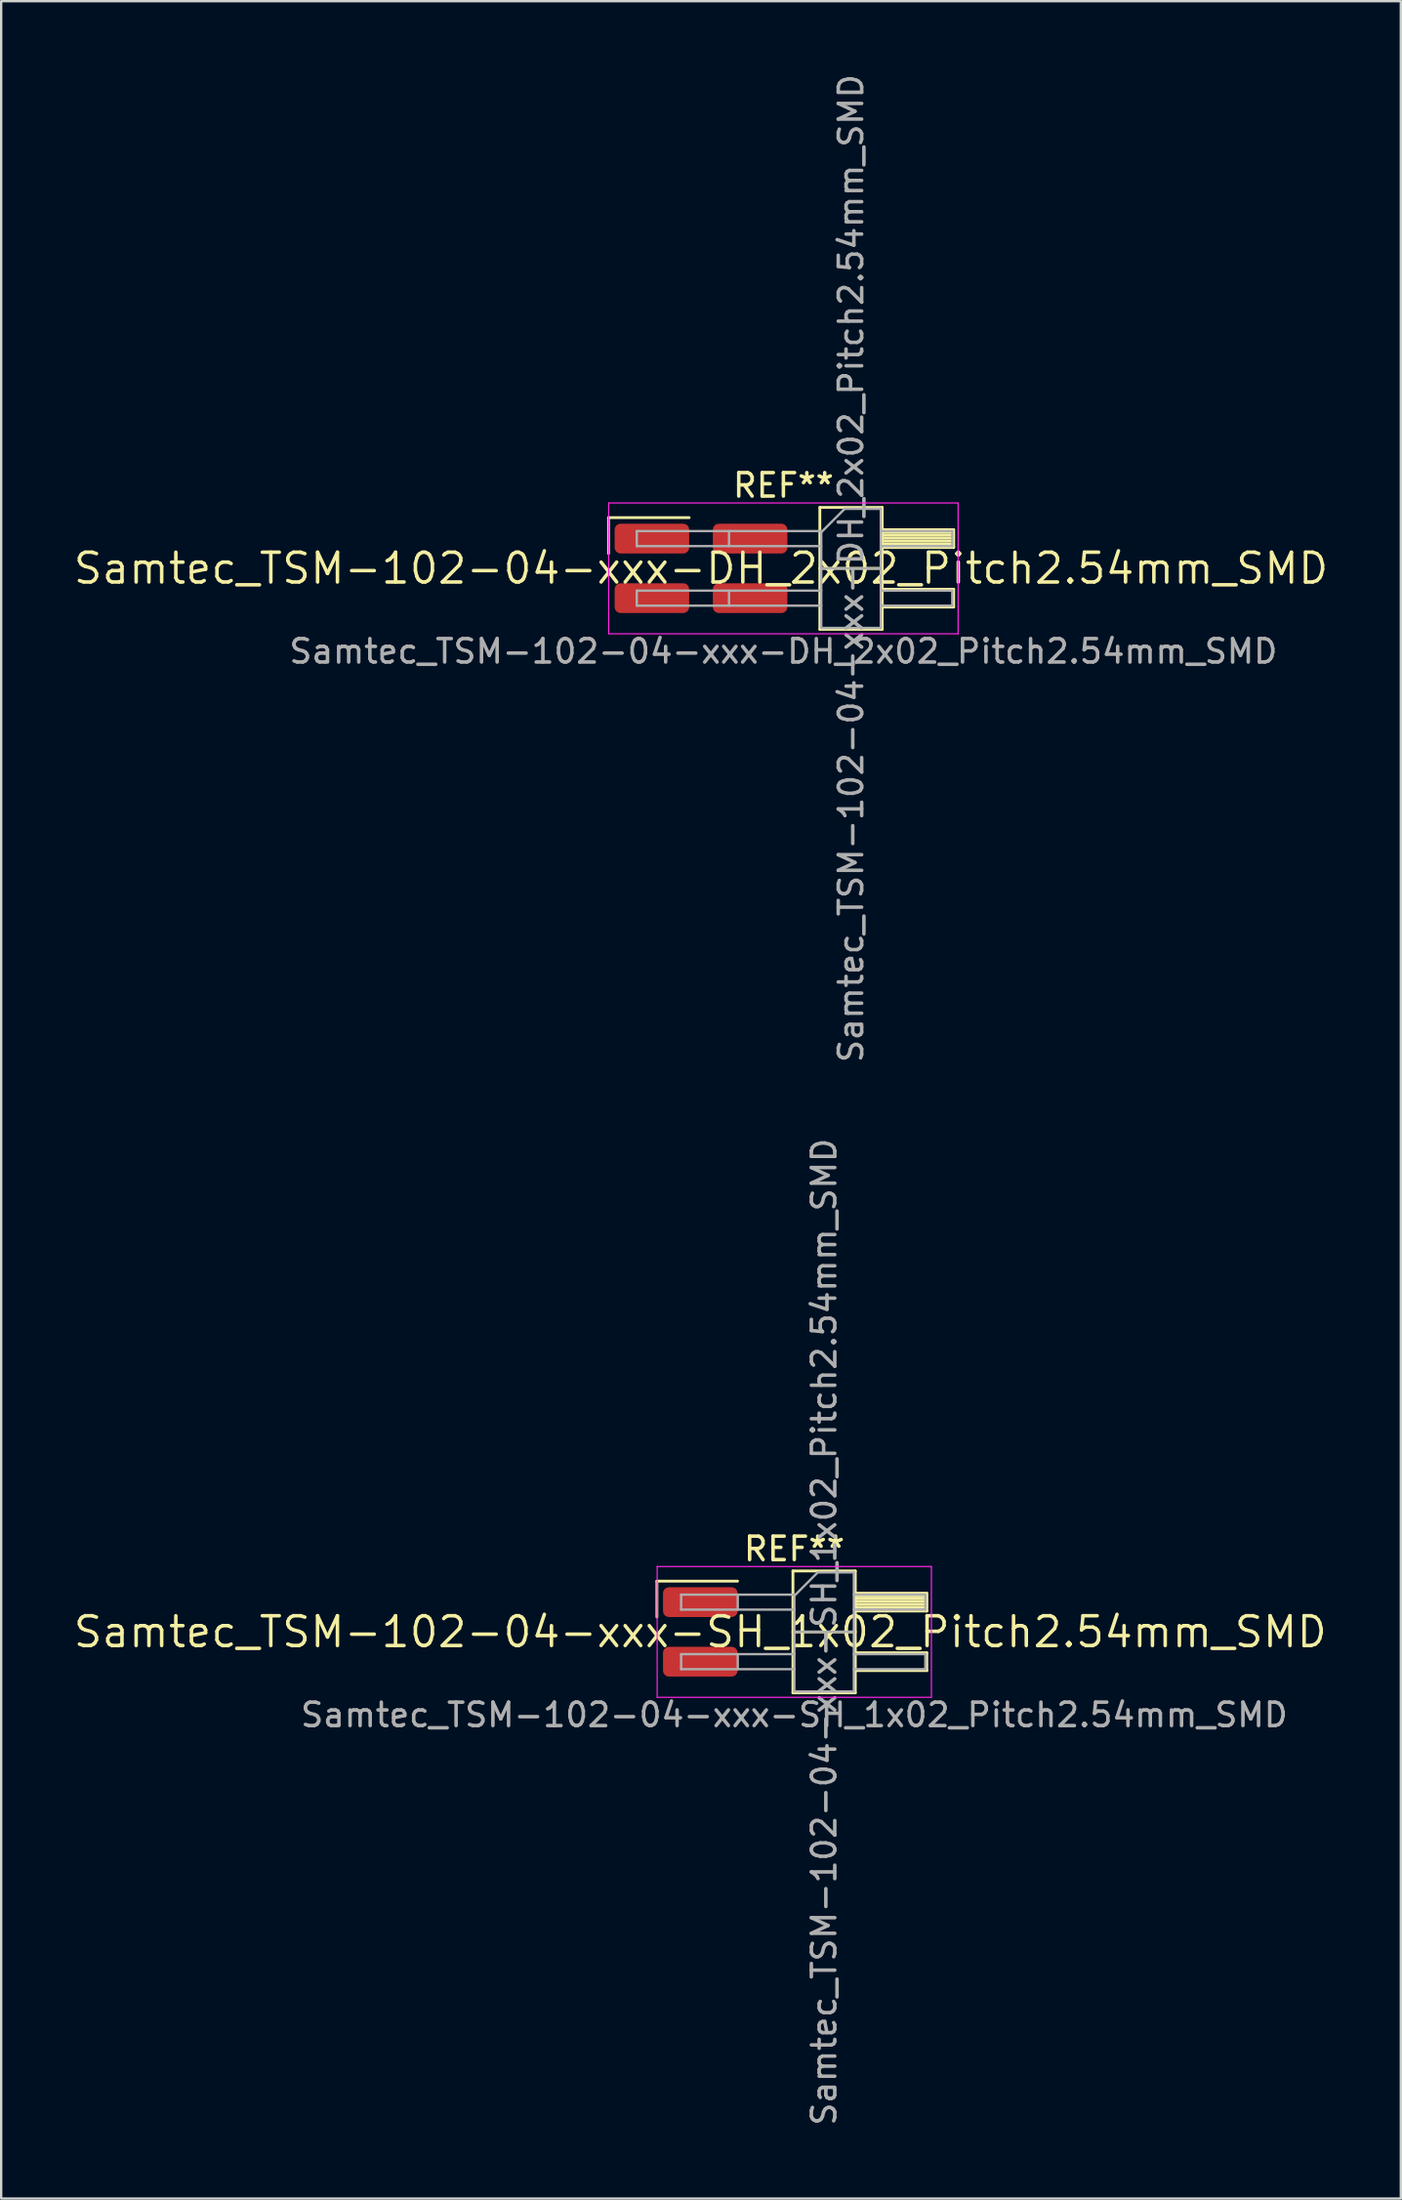
<source format=kicad_pcb>
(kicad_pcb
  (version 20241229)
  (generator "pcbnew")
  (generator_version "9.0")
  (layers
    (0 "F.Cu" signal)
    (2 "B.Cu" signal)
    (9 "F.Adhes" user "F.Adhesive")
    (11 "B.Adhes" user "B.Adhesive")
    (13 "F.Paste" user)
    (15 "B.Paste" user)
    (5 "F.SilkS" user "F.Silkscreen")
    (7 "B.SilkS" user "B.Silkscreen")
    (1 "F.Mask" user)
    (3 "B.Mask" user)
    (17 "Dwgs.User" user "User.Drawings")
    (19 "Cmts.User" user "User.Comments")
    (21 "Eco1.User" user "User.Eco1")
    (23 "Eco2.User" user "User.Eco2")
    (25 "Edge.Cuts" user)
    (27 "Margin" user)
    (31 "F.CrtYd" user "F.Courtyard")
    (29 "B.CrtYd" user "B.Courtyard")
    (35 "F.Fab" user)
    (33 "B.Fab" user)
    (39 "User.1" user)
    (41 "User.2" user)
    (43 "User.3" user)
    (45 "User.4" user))
  (footprint "Samtec_TSM-102-04-xxx-DH_2x02_Pitch2.54mm_SMD"
    (layer "F.Cu")
    (at 26.859 21.196)
    (property "Reference" "Samtec_TSM-102-04-xxx-DH_2x02_Pitch2.54mm_SMD" (at 0 0 0) (layer "F.SilkS") (effects (font (size 1.27 1.27) (thickness 0.15))))
    (attr smd)
    (fp_line (start -3.945 -2.165) (end -0.505 -2.165) (stroke (width 0.12) (type solid)) (layer "F.SilkS"))
    (fp_line (start -3.945 -0.635) (end -3.945 -2.165) (stroke (width 0.12) (type solid)) (layer "F.SilkS"))
    (fp_line (start 5.07 -2.6) (end 7.73 -2.6) (stroke (width 0.12) (type solid)) (layer "F.SilkS"))
    (fp_line (start 5.07 0) (end 7.73 0) (stroke (width 0.12) (type solid)) (layer "F.SilkS"))
    (fp_line (start 5.07 2.6) (end 5.07 -2.6) (stroke (width 0.12) (type solid)) (layer "F.SilkS"))
    (fp_line (start 7.73 -2.6) (end 7.73 2.6) (stroke (width 0.12) (type solid)) (layer "F.SilkS"))
    (fp_line (start 7.73 -1.65) (end 10.78 -1.65) (stroke (width 0.12) (type solid)) (layer "F.SilkS"))
    (fp_line (start 7.73 -1.53) (end 10.78 -1.53) (stroke (width 0.12) (type solid)) (layer "F.SilkS"))
    (fp_line (start 7.73 -1.41) (end 10.78 -1.41) (stroke (width 0.12) (type solid)) (layer "F.SilkS"))
    (fp_line (start 7.73 -1.29) (end 10.78 -1.29) (stroke (width 0.12) (type solid)) (layer "F.SilkS"))
    (fp_line (start 7.73 -1.17) (end 10.78 -1.17) (stroke (width 0.12) (type solid)) (layer "F.SilkS"))
    (fp_line (start 7.73 -1.05) (end 10.78 -1.05) (stroke (width 0.12) (type solid)) (layer "F.SilkS"))
    (fp_line (start 7.73 -0.93) (end 10.78 -0.93) (stroke (width 0.12) (type solid)) (layer "F.SilkS"))
    (fp_line (start 7.73 -0.89) (end 10.78 -0.89) (stroke (width 0.12) (type solid)) (layer "F.SilkS"))
    (fp_line (start 7.73 0.89) (end 10.78 0.89) (stroke (width 0.12) (type solid)) (layer "F.SilkS"))
    (fp_line (start 7.73 1.65) (end 10.78 1.65) (stroke (width 0.12) (type solid)) (layer "F.SilkS"))
    (fp_line (start 7.73 2.6) (end 5.07 2.6) (stroke (width 0.12) (type solid)) (layer "F.SilkS"))
    (fp_line (start 10.78 -1.65) (end 10.78 -0.89) (stroke (width 0.12) (type solid)) (layer "F.SilkS"))
    (fp_line (start 10.78 0.89) (end 10.78 1.65) (stroke (width 0.12) (type solid)) (layer "F.SilkS"))
    (fp_line (start -3.94 -2.79) (end 10.97 -2.79) (stroke (width 0.05) (type solid)) (layer "F.CrtYd"))
    (fp_line (start -3.94 2.79) (end -3.94 -2.79) (stroke (width 0.05) (type solid)) (layer "F.CrtYd"))
    (fp_line (start 10.97 -2.79) (end 10.97 2.79) (stroke (width 0.05) (type solid)) (layer "F.CrtYd"))
    (fp_line (start 10.97 2.79) (end -3.94 2.79) (stroke (width 0.05) (type solid)) (layer "F.CrtYd"))
    (fp_line (start -2.74 -1.59) (end -2.74 -0.95) (stroke (width 0.1) (type solid)) (layer "F.Fab"))
    (fp_line (start -2.74 -1.59) (end 5.13 -1.59) (stroke (width 0.1) (type solid)) (layer "F.Fab"))
    (fp_line (start -2.74 -0.95) (end 5.13 -0.95) (stroke (width 0.1) (type solid)) (layer "F.Fab"))
    (fp_line (start -2.74 0.95) (end -2.74 1.59) (stroke (width 0.1) (type solid)) (layer "F.Fab"))
    (fp_line (start -2.74 0.95) (end 5.13 0.95) (stroke (width 0.1) (type solid)) (layer "F.Fab"))
    (fp_line (start -2.74 1.59) (end 5.13 1.59) (stroke (width 0.1) (type solid)) (layer "F.Fab"))
    (fp_line (start 1.195 -1.59) (end 1.195 -0.95) (stroke (width 0.1) (type solid)) (layer "F.Fab"))
    (fp_line (start 1.195 0.95) (end 1.195 1.59) (stroke (width 0.1) (type solid)) (layer "F.Fab"))
    (fp_line (start 5.13 -1.54) (end 6.13 -2.54) (stroke (width 0.1) (type solid)) (layer "F.Fab"))
    (fp_line (start 5.13 0) (end 7.67 0) (stroke (width 0.1) (type solid)) (layer "F.Fab"))
    (fp_line (start 5.13 2.54) (end 5.13 -1.54) (stroke (width 0.1) (type solid)) (layer "F.Fab"))
    (fp_line (start 6.13 -2.54) (end 7.67 -2.54) (stroke (width 0.1) (type solid)) (layer "F.Fab"))
    (fp_line (start 7.67 -2.54) (end 7.67 2.54) (stroke (width 0.1) (type solid)) (layer "F.Fab"))
    (fp_line (start 7.67 -1.59) (end 10.72 -1.59) (stroke (width 0.1) (type solid)) (layer "F.Fab"))
    (fp_line (start 7.67 -0.95) (end 10.72 -0.95) (stroke (width 0.1) (type solid)) (layer "F.Fab"))
    (fp_line (start 7.67 0.95) (end 10.72 0.95) (stroke (width 0.1) (type solid)) (layer "F.Fab"))
    (fp_line (start 7.67 1.59) (end 10.72 1.59) (stroke (width 0.1) (type solid)) (layer "F.Fab"))
    (fp_line (start 7.67 2.54) (end 5.13 2.54) (stroke (width 0.1) (type solid)) (layer "F.Fab"))
    (fp_line (start 10.72 -1.59) (end 10.72 -0.95) (stroke (width 0.1) (type solid)) (layer "F.Fab"))
    (fp_line (start 10.72 0.95) (end 10.72 1.59) (stroke (width 0.1) (type solid)) (layer "F.Fab"))
    (fp_text user "REF**" (at 3.515 -3.54 0) (layer "F.SilkS") (effects (font (size 1 1) (thickness 0.15))))
    (fp_text user "Samtec_TSM-102-04-xxx-DH_2x02_Pitch2.54mm_SMD" (at 3.515 3.54 0) (layer "F.Fab") (effects (font (size 1 1) (thickness 0.15))))
    (fp_text user "${REFERENCE}" (at 6.4 0 90) (layer "F.Fab") (effects (font (size 1 1) (thickness 0.15))))
    (pad "1" smd roundrect (at -2.095 -1.27) (size 3.18 1.27) (layers "F.Cu" "F.Mask" "F.Paste") (roundrect_rratio 0.197))
    (pad "2" smd roundrect (at 2.095 -1.27) (size 3.18 1.27) (layers "F.Cu" "F.Mask" "F.Paste") (roundrect_rratio 0.197))
    (pad "3" smd roundrect (at -2.095 1.27) (size 3.18 1.27) (layers "F.Cu" "F.Mask" "F.Paste") (roundrect_rratio 0.197))
    (pad "4" smd roundrect (at 2.095 1.27) (size 3.18 1.27) (layers "F.Cu" "F.Mask" "F.Paste") (roundrect_rratio 0.197)))
  (footprint "Samtec_TSM-102-04-xxx-SH_1x02_Pitch2.54mm_SMD"
    (layer "F.Cu")
    (at 26.828 66.565)
    (property "Reference" "Samtec_TSM-102-04-xxx-SH_1x02_Pitch2.54mm_SMD" (at 0 0 0) (layer "F.SilkS") (effects (font (size 1.27 1.27) (thickness 0.15))))
    (attr smd)
    (fp_line (start -1.85 -2.165) (end 1.59 -2.165) (stroke (width 0.12) (type solid)) (layer "F.SilkS"))
    (fp_line (start -1.85 -0.635) (end -1.85 -2.165) (stroke (width 0.12) (type solid)) (layer "F.SilkS"))
    (fp_line (start 3.953 -2.6) (end 6.613 -2.6) (stroke (width 0.12) (type solid)) (layer "F.SilkS"))
    (fp_line (start 3.953 0) (end 6.613 0) (stroke (width 0.12) (type solid)) (layer "F.SilkS"))
    (fp_line (start 3.953 2.6) (end 3.953 -2.6) (stroke (width 0.12) (type solid)) (layer "F.SilkS"))
    (fp_line (start 6.613 -2.6) (end 6.613 2.6) (stroke (width 0.12) (type solid)) (layer "F.SilkS"))
    (fp_line (start 6.613 -1.65) (end 9.663 -1.65) (stroke (width 0.12) (type solid)) (layer "F.SilkS"))
    (fp_line (start 6.613 -1.53) (end 9.663 -1.53) (stroke (width 0.12) (type solid)) (layer "F.SilkS"))
    (fp_line (start 6.613 -1.41) (end 9.663 -1.41) (stroke (width 0.12) (type solid)) (layer "F.SilkS"))
    (fp_line (start 6.613 -1.29) (end 9.663 -1.29) (stroke (width 0.12) (type solid)) (layer "F.SilkS"))
    (fp_line (start 6.613 -1.17) (end 9.663 -1.17) (stroke (width 0.12) (type solid)) (layer "F.SilkS"))
    (fp_line (start 6.613 -1.05) (end 9.663 -1.05) (stroke (width 0.12) (type solid)) (layer "F.SilkS"))
    (fp_line (start 6.613 -0.93) (end 9.663 -0.93) (stroke (width 0.12) (type solid)) (layer "F.SilkS"))
    (fp_line (start 6.613 -0.89) (end 9.663 -0.89) (stroke (width 0.12) (type solid)) (layer "F.SilkS"))
    (fp_line (start 6.613 0.89) (end 9.663 0.89) (stroke (width 0.12) (type solid)) (layer "F.SilkS"))
    (fp_line (start 6.613 1.65) (end 9.663 1.65) (stroke (width 0.12) (type solid)) (layer "F.SilkS"))
    (fp_line (start 6.613 2.6) (end 3.953 2.6) (stroke (width 0.12) (type solid)) (layer "F.SilkS"))
    (fp_line (start 9.663 -1.65) (end 9.663 -0.89) (stroke (width 0.12) (type solid)) (layer "F.SilkS"))
    (fp_line (start 9.663 0.89) (end 9.663 1.65) (stroke (width 0.12) (type solid)) (layer "F.SilkS"))
    (fp_line (start -1.84 -2.79) (end 9.86 -2.79) (stroke (width 0.05) (type solid)) (layer "F.CrtYd"))
    (fp_line (start -1.84 2.79) (end -1.84 -2.79) (stroke (width 0.05) (type solid)) (layer "F.CrtYd"))
    (fp_line (start 9.86 -2.79) (end 9.86 2.79) (stroke (width 0.05) (type solid)) (layer "F.CrtYd"))
    (fp_line (start 9.86 2.79) (end -1.84 2.79) (stroke (width 0.05) (type solid)) (layer "F.CrtYd"))
    (fp_line (start -0.817 -1.59) (end -0.817 -0.95) (stroke (width 0.1) (type solid)) (layer "F.Fab"))
    (fp_line (start -0.817 -1.59) (end 4.013 -1.59) (stroke (width 0.1) (type solid)) (layer "F.Fab"))
    (fp_line (start -0.817 -0.95) (end 4.013 -0.95) (stroke (width 0.1) (type solid)) (layer "F.Fab"))
    (fp_line (start -0.817 0.95) (end -0.817 1.59) (stroke (width 0.1) (type solid)) (layer "F.Fab"))
    (fp_line (start -0.817 0.95) (end 4.013 0.95) (stroke (width 0.1) (type solid)) (layer "F.Fab"))
    (fp_line (start -0.817 1.59) (end 4.013 1.59) (stroke (width 0.1) (type solid)) (layer "F.Fab"))
    (fp_line (start 1.598 -1.59) (end 1.598 -0.95) (stroke (width 0.1) (type solid)) (layer "F.Fab"))
    (fp_line (start 1.598 0.95) (end 1.598 1.59) (stroke (width 0.1) (type solid)) (layer "F.Fab"))
    (fp_line (start 4.013 -1.54) (end 5.013 -2.54) (stroke (width 0.1) (type solid)) (layer "F.Fab"))
    (fp_line (start 4.013 0) (end 6.553 0) (stroke (width 0.1) (type solid)) (layer "F.Fab"))
    (fp_line (start 4.013 2.54) (end 4.013 -1.54) (stroke (width 0.1) (type solid)) (layer "F.Fab"))
    (fp_line (start 5.013 -2.54) (end 6.553 -2.54) (stroke (width 0.1) (type solid)) (layer "F.Fab"))
    (fp_line (start 6.553 -2.54) (end 6.553 2.54) (stroke (width 0.1) (type solid)) (layer "F.Fab"))
    (fp_line (start 6.553 -1.59) (end 9.603 -1.59) (stroke (width 0.1) (type solid)) (layer "F.Fab"))
    (fp_line (start 6.553 -0.95) (end 9.603 -0.95) (stroke (width 0.1) (type solid)) (layer "F.Fab"))
    (fp_line (start 6.553 0.95) (end 9.603 0.95) (stroke (width 0.1) (type solid)) (layer "F.Fab"))
    (fp_line (start 6.553 1.59) (end 9.603 1.59) (stroke (width 0.1) (type solid)) (layer "F.Fab"))
    (fp_line (start 6.553 2.54) (end 4.013 2.54) (stroke (width 0.1) (type solid)) (layer "F.Fab"))
    (fp_line (start 9.603 -1.59) (end 9.603 -0.95) (stroke (width 0.1) (type solid)) (layer "F.Fab"))
    (fp_line (start 9.603 0.95) (end 9.603 1.59) (stroke (width 0.1) (type solid)) (layer "F.Fab"))
    (fp_text user "REF**" (at 4.01 -3.54 0) (layer "F.SilkS") (effects (font (size 1 1) (thickness 0.15))))
    (fp_text user "Samtec_TSM-102-04-xxx-SH_1x02_Pitch2.54mm_SMD" (at 4.01 3.54 0) (layer "F.Fab") (effects (font (size 1 1) (thickness 0.15))))
    (fp_text user "${REFERENCE}" (at 5.283 0 90) (layer "F.Fab") (effects (font (size 1 1) (thickness 0.15))))
    (pad "1" smd roundrect (at 0 -1.27) (size 3.18 1.27) (layers "F.Cu" "F.Mask" "F.Paste") (roundrect_rratio 0.197))
    (pad "2" smd roundrect (at 0 1.27) (size 3.18 1.27) (layers "F.Cu" "F.Mask" "F.Paste") (roundrect_rratio 0.197)))
  (gr_rect
    (start -3 -3)
    (end 56.717 90.738)
    (stroke (width 0.1) (type default))
    (fill no)
    (layer "Edge.Cuts")))
</source>
